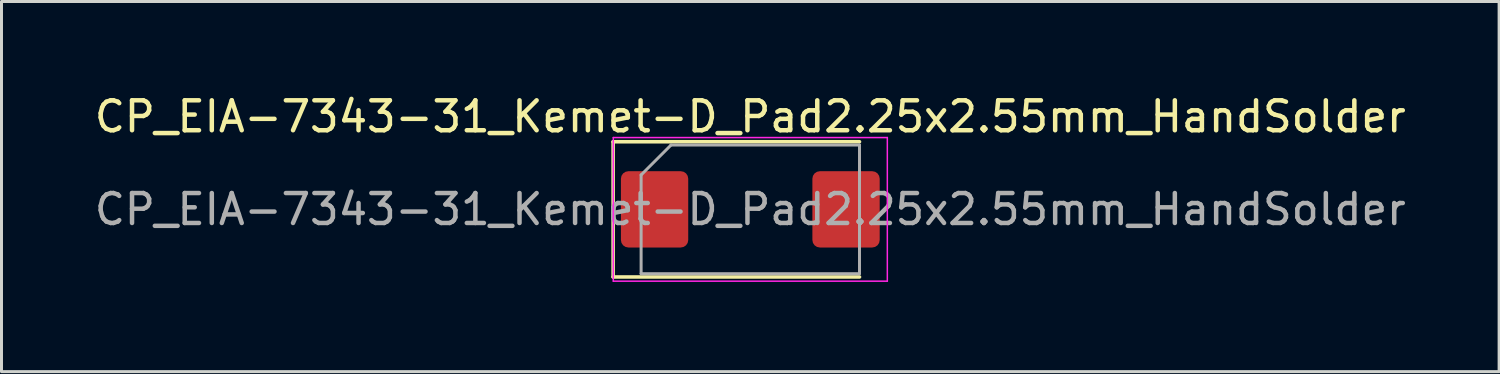
<source format=kicad_pcb>
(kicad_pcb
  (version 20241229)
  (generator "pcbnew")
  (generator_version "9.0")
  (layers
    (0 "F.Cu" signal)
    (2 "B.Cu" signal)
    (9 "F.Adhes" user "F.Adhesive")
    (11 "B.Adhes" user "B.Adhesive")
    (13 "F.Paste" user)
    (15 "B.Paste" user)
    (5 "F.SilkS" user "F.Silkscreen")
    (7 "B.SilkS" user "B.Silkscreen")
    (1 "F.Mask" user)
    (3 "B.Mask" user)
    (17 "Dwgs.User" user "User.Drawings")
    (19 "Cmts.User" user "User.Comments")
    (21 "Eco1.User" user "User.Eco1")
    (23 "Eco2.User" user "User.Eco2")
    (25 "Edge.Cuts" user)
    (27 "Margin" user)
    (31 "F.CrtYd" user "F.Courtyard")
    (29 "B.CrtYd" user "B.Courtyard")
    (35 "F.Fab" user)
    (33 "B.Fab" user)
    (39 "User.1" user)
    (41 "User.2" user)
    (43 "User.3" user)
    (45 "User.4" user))
  (footprint "CP_EIA-7343-31_Kemet-D_Pad2.25x2.55mm_HandSolder"
    (layer "F.Cu")
    (at 22.03 3.948)
    (property "Reference" "CP_EIA-7343-31_Kemet-D_Pad2.25x2.55mm_HandSolder" (at 0 -3.1 0) (layer "F.SilkS") (effects (font (size 1 1) (thickness 0.15))))
    (attr smd)
    (fp_line (start -4.585 -2.26) (end -4.585 2.26) (stroke (width 0.12) (type solid)) (layer "F.SilkS"))
    (fp_line (start -4.585 2.26) (end 3.65 2.26) (stroke (width 0.12) (type solid)) (layer "F.SilkS"))
    (fp_line (start 3.65 -2.26) (end -4.585 -2.26) (stroke (width 0.12) (type solid)) (layer "F.SilkS"))
    (fp_line (start -4.58 -2.4) (end 4.58 -2.4) (stroke (width 0.05) (type solid)) (layer "F.CrtYd"))
    (fp_line (start -4.58 2.4) (end -4.58 -2.4) (stroke (width 0.05) (type solid)) (layer "F.CrtYd"))
    (fp_line (start 4.58 -2.4) (end 4.58 2.4) (stroke (width 0.05) (type solid)) (layer "F.CrtYd"))
    (fp_line (start 4.58 2.4) (end -4.58 2.4) (stroke (width 0.05) (type solid)) (layer "F.CrtYd"))
    (fp_line (start -3.65 -1.15) (end -3.65 2.15) (stroke (width 0.1) (type solid)) (layer "F.Fab"))
    (fp_line (start -3.65 2.15) (end 3.65 2.15) (stroke (width 0.1) (type solid)) (layer "F.Fab"))
    (fp_line (start -2.65 -2.15) (end -3.65 -1.15) (stroke (width 0.1) (type solid)) (layer "F.Fab"))
    (fp_line (start 3.65 -2.15) (end -2.65 -2.15) (stroke (width 0.1) (type solid)) (layer "F.Fab"))
    (fp_line (start 3.65 2.15) (end 3.65 -2.15) (stroke (width 0.1) (type solid)) (layer "F.Fab"))
    (fp_text user "${REFERENCE}" (at 0 0 0) (layer "F.Fab") (effects (font (size 1 1) (thickness 0.15))))
    (pad "1" smd roundrect (at 3.2 0) (size 2.25 2.55) (layers "F.Cu" "F.Mask" "F.Paste") (roundrect_rratio 0.111))
    (pad "2" smd roundrect (at -3.2 0) (size 2.25 2.55) (layers "F.Cu" "F.Mask" "F.Paste") (roundrect_rratio 0.111)))
  (gr_rect
    (start -3 -3)
    (end 47.06 9.373)
    (stroke (width 0.1) (type default))
    (fill no)
    (layer "Edge.Cuts")))
</source>
